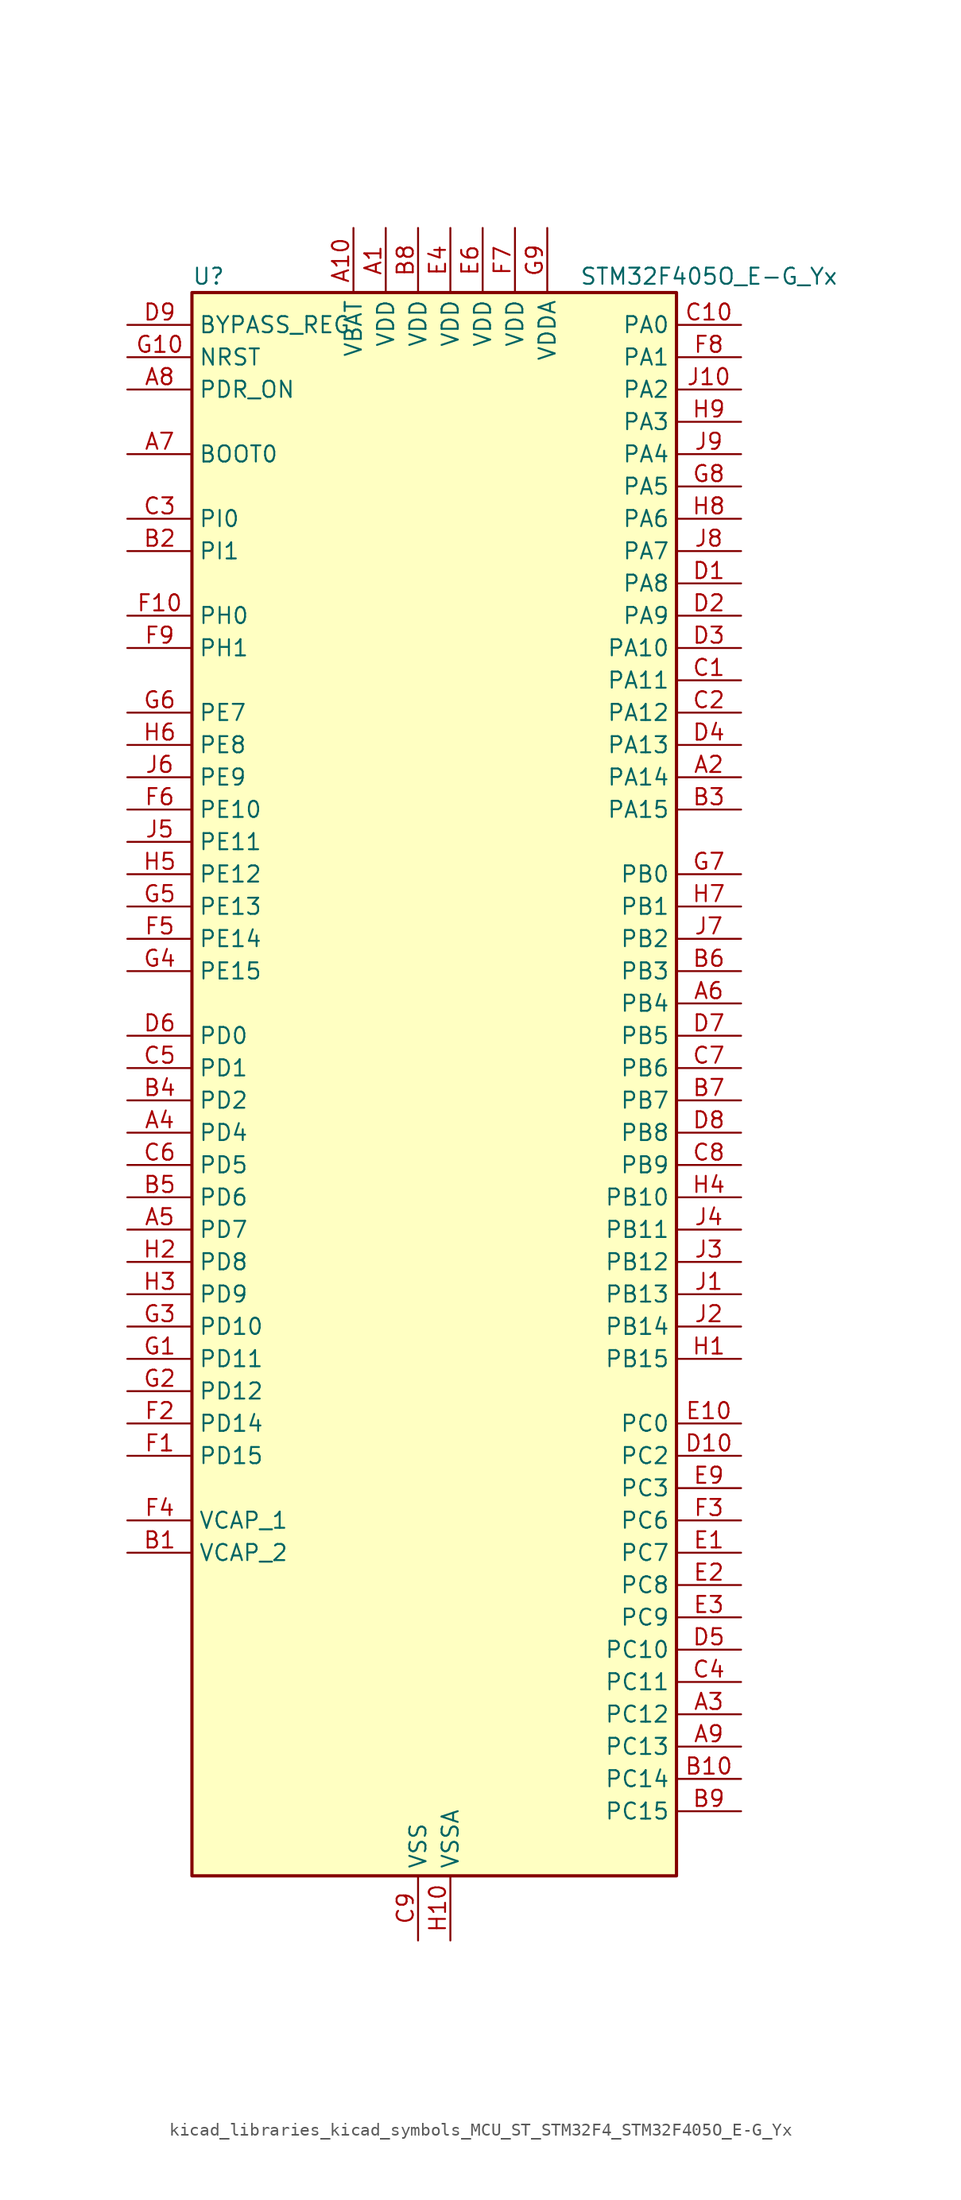
<source format=kicad_sym>
(kicad_symbol_lib
  (version 20220914)
  (generator kicad_symbol_editor)
  (symbol "kicad_libraries_kicad_symbols_MCU_ST_STM32F4_STM32F405O_E-G_Yx"
    (property "Reference" "U"
      (at -17.78 64.77 0)
      (effects (font (size 1.27 1.27)) (justify left)))
    (property "Value" "STM32F405O_E-G_Yx"
      (at 12.7 64.77 0)
      (effects (font (size 1.27 1.27)) (justify left)))
    (property "ki_locked" ""
      (at 0 0 0)
      (effects (font (size 1.27 1.27))))
    (symbol "kicad_libraries_kicad_symbols_MCU_ST_STM32F4_STM32F405O_E-G_Yx_0_1"
      (rectangle (start -17.78 -60.96) (end 20.32 63.5) (stroke (width 0.254) (type default)) (fill (type background))))
    (symbol "kicad_libraries_kicad_symbols_MCU_ST_STM32F4_STM32F405O_E-G_Yx_1_1"
      (pin power_in line (at -2.54 68.58 270) (length 5.08) (name "VDD" (effects (font (size 1.27 1.27)))) (number "A1" (effects (font (size 1.27 1.27)))))
      (pin power_in line (at -5.08 68.58 270) (length 5.08) (name "VBAT" (effects (font (size 1.27 1.27)))) (number "A10" (effects (font (size 1.27 1.27)))))
      (pin bidirectional line (at 25.4 25.4 180) (length 5.08) (name "PA14" (effects (font (size 1.27 1.27)))) (number "A2" (effects (font (size 1.27 1.27)))) (alternate "SYS_JTCK-SWCLK" bidirectional line))
      (pin bidirectional line (at 25.4 -48.26 180) (length 5.08) (name "PC12" (effects (font (size 1.27 1.27)))) (number "A3" (effects (font (size 1.27 1.27)))) (alternate "I2S3_SD" bidirectional line) (alternate "SDIO_CK" bidirectional line) (alternate "SPI3_MOSI" bidirectional line) (alternate "UART5_TX" bidirectional line) (alternate "USART3_CK" bidirectional line))
      (pin bidirectional line (at -22.86 -2.54 0) (length 5.08) (name "PD4" (effects (font (size 1.27 1.27)))) (number "A4" (effects (font (size 1.27 1.27)))) (alternate "FSMC_NOE" bidirectional line) (alternate "USART2_RTS" bidirectional line))
      (pin bidirectional line (at -22.86 -10.16 0) (length 5.08) (name "PD7" (effects (font (size 1.27 1.27)))) (number "A5" (effects (font (size 1.27 1.27)))) (alternate "FSMC_NCE2" bidirectional line) (alternate "FSMC_NE1" bidirectional line) (alternate "USART2_CK" bidirectional line))
      (pin bidirectional line (at 25.4 7.62 180) (length 5.08) (name "PB4" (effects (font (size 1.27 1.27)))) (number "A6" (effects (font (size 1.27 1.27)))) (alternate "I2S3_ext_SD" bidirectional line) (alternate "SPI1_MISO" bidirectional line) (alternate "SPI3_MISO" bidirectional line) (alternate "SYS_JTRST" bidirectional line) (alternate "TIM3_CH1" bidirectional line))
      (pin input line (at -22.86 50.8 0) (length 5.08) (name "BOOT0" (effects (font (size 1.27 1.27)))) (number "A7" (effects (font (size 1.27 1.27)))))
      (pin input line (at -22.86 55.88 0) (length 5.08) (name "PDR_ON" (effects (font (size 1.27 1.27)))) (number "A8" (effects (font (size 1.27 1.27)))))
      (pin bidirectional line (at 25.4 -50.8 180) (length 5.08) (name "PC13" (effects (font (size 1.27 1.27)))) (number "A9" (effects (font (size 1.27 1.27)))) (alternate "RTC_AF1" bidirectional line))
      (pin power_out line (at -22.86 -35.56 0) (length 5.08) (name "VCAP_2" (effects (font (size 1.27 1.27)))) (number "B1" (effects (font (size 1.27 1.27)))))
      (pin bidirectional line (at 25.4 -53.34 180) (length 5.08) (name "PC14" (effects (font (size 1.27 1.27)))) (number "B10" (effects (font (size 1.27 1.27)))) (alternate "RCC_OSC32_IN" bidirectional line))
      (pin bidirectional line (at -22.86 43.18 0) (length 5.08) (name "PI1" (effects (font (size 1.27 1.27)))) (number "B2" (effects (font (size 1.27 1.27)))) (alternate "I2S2_CK" bidirectional line) (alternate "SPI2_SCK" bidirectional line))
      (pin bidirectional line (at 25.4 22.86 180) (length 5.08) (name "PA15" (effects (font (size 1.27 1.27)))) (number "B3" (effects (font (size 1.27 1.27)))) (alternate "ADC1_EXTI15" bidirectional line) (alternate "ADC2_EXTI15" bidirectional line) (alternate "ADC3_EXTI15" bidirectional line) (alternate "I2S3_WS" bidirectional line) (alternate "SPI1_NSS" bidirectional line) (alternate "SPI3_NSS" bidirectional line) (alternate "SYS_JTDI" bidirectional line) (alternate "TIM2_CH1" bidirectional line) (alternate "TIM2_ETR" bidirectional line))
      (pin bidirectional line (at -22.86 0 0) (length 5.08) (name "PD2" (effects (font (size 1.27 1.27)))) (number "B4" (effects (font (size 1.27 1.27)))) (alternate "SDIO_CMD" bidirectional line) (alternate "TIM3_ETR" bidirectional line) (alternate "UART5_RX" bidirectional line))
      (pin bidirectional line (at -22.86 -7.62 0) (length 5.08) (name "PD6" (effects (font (size 1.27 1.27)))) (number "B5" (effects (font (size 1.27 1.27)))) (alternate "FSMC_NWAIT" bidirectional line) (alternate "USART2_RX" bidirectional line))
      (pin bidirectional line (at 25.4 10.16 180) (length 5.08) (name "PB3" (effects (font (size 1.27 1.27)))) (number "B6" (effects (font (size 1.27 1.27)))) (alternate "I2S3_CK" bidirectional line) (alternate "SPI1_SCK" bidirectional line) (alternate "SPI3_SCK" bidirectional line) (alternate "SYS_JTDO-SWO" bidirectional line) (alternate "TIM2_CH2" bidirectional line))
      (pin bidirectional line (at 25.4 0 180) (length 5.08) (name "PB7" (effects (font (size 1.27 1.27)))) (number "B7" (effects (font (size 1.27 1.27)))) (alternate "FSMC_NL" bidirectional line) (alternate "I2C1_SDA" bidirectional line) (alternate "TIM4_CH2" bidirectional line) (alternate "USART1_RX" bidirectional line))
      (pin power_in line (at 0 68.58 270) (length 5.08) (name "VDD" (effects (font (size 1.27 1.27)))) (number "B8" (effects (font (size 1.27 1.27)))))
      (pin bidirectional line (at 25.4 -55.88 180) (length 5.08) (name "PC15" (effects (font (size 1.27 1.27)))) (number "B9" (effects (font (size 1.27 1.27)))) (alternate "ADC1_EXTI15" bidirectional line) (alternate "ADC2_EXTI15" bidirectional line) (alternate "ADC3_EXTI15" bidirectional line) (alternate "RCC_OSC32_OUT" bidirectional line))
      (pin bidirectional line (at 25.4 33.02 180) (length 5.08) (name "PA11" (effects (font (size 1.27 1.27)))) (number "C1" (effects (font (size 1.27 1.27)))) (alternate "ADC1_EXTI11" bidirectional line) (alternate "ADC2_EXTI11" bidirectional line) (alternate "ADC3_EXTI11" bidirectional line) (alternate "CAN1_RX" bidirectional line) (alternate "TIM1_CH4" bidirectional line) (alternate "USART1_CTS" bidirectional line) (alternate "USB_OTG_FS_DM" bidirectional line))
      (pin bidirectional line (at 25.4 60.96 180) (length 5.08) (name "PA0" (effects (font (size 1.27 1.27)))) (number "C10" (effects (font (size 1.27 1.27)))) (alternate "ADC1_IN0" bidirectional line) (alternate "ADC2_IN0" bidirectional line) (alternate "ADC3_IN0" bidirectional line) (alternate "SYS_WKUP" bidirectional line) (alternate "TIM2_CH1" bidirectional line) (alternate "TIM2_ETR" bidirectional line) (alternate "TIM5_CH1" bidirectional line) (alternate "TIM8_ETR" bidirectional line) (alternate "UART4_TX" bidirectional line) (alternate "USART2_CTS" bidirectional line))
      (pin bidirectional line (at 25.4 30.48 180) (length 5.08) (name "PA12" (effects (font (size 1.27 1.27)))) (number "C2" (effects (font (size 1.27 1.27)))) (alternate "CAN1_TX" bidirectional line) (alternate "TIM1_ETR" bidirectional line) (alternate "USART1_RTS" bidirectional line) (alternate "USB_OTG_FS_DP" bidirectional line))
      (pin bidirectional line (at -22.86 45.72 0) (length 5.08) (name "PI0" (effects (font (size 1.27 1.27)))) (number "C3" (effects (font (size 1.27 1.27)))) (alternate "I2S2_WS" bidirectional line) (alternate "SPI2_NSS" bidirectional line) (alternate "TIM5_CH4" bidirectional line))
      (pin bidirectional line (at 25.4 -45.72 180) (length 5.08) (name "PC11" (effects (font (size 1.27 1.27)))) (number "C4" (effects (font (size 1.27 1.27)))) (alternate "ADC1_EXTI11" bidirectional line) (alternate "ADC2_EXTI11" bidirectional line) (alternate "ADC3_EXTI11" bidirectional line) (alternate "I2S3_ext_SD" bidirectional line) (alternate "SDIO_D3" bidirectional line) (alternate "SPI3_MISO" bidirectional line) (alternate "UART4_RX" bidirectional line) (alternate "USART3_RX" bidirectional line))
      (pin bidirectional line (at -22.86 2.54 0) (length 5.08) (name "PD1" (effects (font (size 1.27 1.27)))) (number "C5" (effects (font (size 1.27 1.27)))) (alternate "CAN1_TX" bidirectional line) (alternate "FSMC_D3" bidirectional line) (alternate "FSMC_DA3" bidirectional line))
      (pin bidirectional line (at -22.86 -5.08 0) (length 5.08) (name "PD5" (effects (font (size 1.27 1.27)))) (number "C6" (effects (font (size 1.27 1.27)))) (alternate "FSMC_NWE" bidirectional line) (alternate "USART2_TX" bidirectional line))
      (pin bidirectional line (at 25.4 2.54 180) (length 5.08) (name "PB6" (effects (font (size 1.27 1.27)))) (number "C7" (effects (font (size 1.27 1.27)))) (alternate "CAN2_TX" bidirectional line) (alternate "I2C1_SCL" bidirectional line) (alternate "TIM4_CH1" bidirectional line) (alternate "USART1_TX" bidirectional line))
      (pin bidirectional line (at 25.4 -5.08 180) (length 5.08) (name "PB9" (effects (font (size 1.27 1.27)))) (number "C8" (effects (font (size 1.27 1.27)))) (alternate "CAN1_TX" bidirectional line) (alternate "DAC_EXTI9" bidirectional line) (alternate "I2C1_SDA" bidirectional line) (alternate "I2S2_WS" bidirectional line) (alternate "SDIO_D5" bidirectional line) (alternate "SPI2_NSS" bidirectional line) (alternate "TIM11_CH1" bidirectional line) (alternate "TIM4_CH4" bidirectional line))
      (pin power_in line (at 0 -66.04 90) (length 5.08) (name "VSS" (effects (font (size 1.27 1.27)))) (number "C9" (effects (font (size 1.27 1.27)))))
      (pin bidirectional line (at 25.4 40.64 180) (length 5.08) (name "PA8" (effects (font (size 1.27 1.27)))) (number "D1" (effects (font (size 1.27 1.27)))) (alternate "I2C3_SCL" bidirectional line) (alternate "RCC_MCO_1" bidirectional line) (alternate "TIM1_CH1" bidirectional line) (alternate "USART1_CK" bidirectional line) (alternate "USB_OTG_FS_SOF" bidirectional line))
      (pin bidirectional line (at 25.4 -27.94 180) (length 5.08) (name "PC2" (effects (font (size 1.27 1.27)))) (number "D10" (effects (font (size 1.27 1.27)))) (alternate "ADC1_IN12" bidirectional line) (alternate "ADC2_IN12" bidirectional line) (alternate "ADC3_IN12" bidirectional line) (alternate "I2S2_ext_SD" bidirectional line) (alternate "SPI2_MISO" bidirectional line) (alternate "USB_OTG_HS_ULPI_DIR" bidirectional line))
      (pin bidirectional line (at 25.4 38.1 180) (length 5.08) (name "PA9" (effects (font (size 1.27 1.27)))) (number "D2" (effects (font (size 1.27 1.27)))) (alternate "DAC_EXTI9" bidirectional line) (alternate "I2C3_SMBA" bidirectional line) (alternate "TIM1_CH2" bidirectional line) (alternate "USART1_TX" bidirectional line) (alternate "USB_OTG_FS_VBUS" bidirectional line))
      (pin bidirectional line (at 25.4 35.56 180) (length 5.08) (name "PA10" (effects (font (size 1.27 1.27)))) (number "D3" (effects (font (size 1.27 1.27)))) (alternate "TIM1_CH3" bidirectional line) (alternate "USART1_RX" bidirectional line) (alternate "USB_OTG_FS_ID" bidirectional line))
      (pin bidirectional line (at 25.4 27.94 180) (length 5.08) (name "PA13" (effects (font (size 1.27 1.27)))) (number "D4" (effects (font (size 1.27 1.27)))) (alternate "SYS_JTMS-SWDIO" bidirectional line))
      (pin bidirectional line (at 25.4 -43.18 180) (length 5.08) (name "PC10" (effects (font (size 1.27 1.27)))) (number "D5" (effects (font (size 1.27 1.27)))) (alternate "I2S3_CK" bidirectional line) (alternate "SDIO_D2" bidirectional line) (alternate "SPI3_SCK" bidirectional line) (alternate "UART4_TX" bidirectional line) (alternate "USART3_TX" bidirectional line))
      (pin bidirectional line (at -22.86 5.08 0) (length 5.08) (name "PD0" (effects (font (size 1.27 1.27)))) (number "D6" (effects (font (size 1.27 1.27)))) (alternate "CAN1_RX" bidirectional line) (alternate "FSMC_D2" bidirectional line) (alternate "FSMC_DA2" bidirectional line))
      (pin bidirectional line (at 25.4 5.08 180) (length 5.08) (name "PB5" (effects (font (size 1.27 1.27)))) (number "D7" (effects (font (size 1.27 1.27)))) (alternate "CAN2_RX" bidirectional line) (alternate "I2C1_SMBA" bidirectional line) (alternate "I2S3_SD" bidirectional line) (alternate "SPI1_MOSI" bidirectional line) (alternate "SPI3_MOSI" bidirectional line) (alternate "TIM3_CH2" bidirectional line) (alternate "USB_OTG_HS_ULPI_D7" bidirectional line))
      (pin bidirectional line (at 25.4 -2.54 180) (length 5.08) (name "PB8" (effects (font (size 1.27 1.27)))) (number "D8" (effects (font (size 1.27 1.27)))) (alternate "CAN1_RX" bidirectional line) (alternate "I2C1_SCL" bidirectional line) (alternate "SDIO_D4" bidirectional line) (alternate "TIM10_CH1" bidirectional line) (alternate "TIM4_CH3" bidirectional line))
      (pin input line (at -22.86 60.96 0) (length 5.08) (name "BYPASS_REG" (effects (font (size 1.27 1.27)))) (number "D9" (effects (font (size 1.27 1.27)))))
      (pin bidirectional line (at 25.4 -35.56 180) (length 5.08) (name "PC7" (effects (font (size 1.27 1.27)))) (number "E1" (effects (font (size 1.27 1.27)))) (alternate "I2S3_MCK" bidirectional line) (alternate "SDIO_D7" bidirectional line) (alternate "TIM3_CH2" bidirectional line) (alternate "TIM8_CH2" bidirectional line) (alternate "USART6_RX" bidirectional line))
      (pin bidirectional line (at 25.4 -25.4 180) (length 5.08) (name "PC0" (effects (font (size 1.27 1.27)))) (number "E10" (effects (font (size 1.27 1.27)))) (alternate "ADC1_IN10" bidirectional line) (alternate "ADC2_IN10" bidirectional line) (alternate "ADC3_IN10" bidirectional line) (alternate "USB_OTG_HS_ULPI_STP" bidirectional line))
      (pin bidirectional line (at 25.4 -38.1 180) (length 5.08) (name "PC8" (effects (font (size 1.27 1.27)))) (number "E2" (effects (font (size 1.27 1.27)))) (alternate "SDIO_D0" bidirectional line) (alternate "TIM3_CH3" bidirectional line) (alternate "TIM8_CH3" bidirectional line) (alternate "USART6_CK" bidirectional line))
      (pin bidirectional line (at 25.4 -40.64 180) (length 5.08) (name "PC9" (effects (font (size 1.27 1.27)))) (number "E3" (effects (font (size 1.27 1.27)))) (alternate "DAC_EXTI9" bidirectional line) (alternate "I2C3_SDA" bidirectional line) (alternate "I2S_CKIN" bidirectional line) (alternate "RCC_MCO_2" bidirectional line) (alternate "SDIO_D1" bidirectional line) (alternate "TIM3_CH4" bidirectional line) (alternate "TIM8_CH4" bidirectional line))
      (pin power_in line (at 2.54 68.58 270) (length 5.08) (name "VDD" (effects (font (size 1.27 1.27)))) (number "E4" (effects (font (size 1.27 1.27)))))
      (pin passive line (at 0 -66.04 90) (length 5.08) hide (name "VSS" (effects (font (size 1.27 1.27)))) (number "E5" (effects (font (size 1.27 1.27)))))
      (pin power_in line (at 5.08 68.58 270) (length 5.08) (name "VDD" (effects (font (size 1.27 1.27)))) (number "E6" (effects (font (size 1.27 1.27)))))
      (pin passive line (at 0 -66.04 90) (length 5.08) hide (name "VSS" (effects (font (size 1.27 1.27)))) (number "E7" (effects (font (size 1.27 1.27)))))
      (pin passive line (at 0 -66.04 90) (length 5.08) hide (name "VSS" (effects (font (size 1.27 1.27)))) (number "E8" (effects (font (size 1.27 1.27)))))
      (pin bidirectional line (at 25.4 -30.48 180) (length 5.08) (name "PC3" (effects (font (size 1.27 1.27)))) (number "E9" (effects (font (size 1.27 1.27)))) (alternate "ADC1_IN13" bidirectional line) (alternate "ADC2_IN13" bidirectional line) (alternate "ADC3_IN13" bidirectional line) (alternate "I2S2_SD" bidirectional line) (alternate "SPI2_MOSI" bidirectional line) (alternate "USB_OTG_HS_ULPI_NXT" bidirectional line))
      (pin bidirectional line (at -22.86 -27.94 0) (length 5.08) (name "PD15" (effects (font (size 1.27 1.27)))) (number "F1" (effects (font (size 1.27 1.27)))) (alternate "ADC1_EXTI15" bidirectional line) (alternate "ADC2_EXTI15" bidirectional line) (alternate "ADC3_EXTI15" bidirectional line) (alternate "FSMC_D1" bidirectional line) (alternate "FSMC_DA1" bidirectional line) (alternate "TIM4_CH4" bidirectional line))
      (pin bidirectional line (at -22.86 38.1 0) (length 5.08) (name "PH0" (effects (font (size 1.27 1.27)))) (number "F10" (effects (font (size 1.27 1.27)))) (alternate "RCC_OSC_IN" bidirectional line))
      (pin bidirectional line (at -22.86 -25.4 0) (length 5.08) (name "PD14" (effects (font (size 1.27 1.27)))) (number "F2" (effects (font (size 1.27 1.27)))) (alternate "FSMC_D0" bidirectional line) (alternate "FSMC_DA0" bidirectional line) (alternate "TIM4_CH3" bidirectional line))
      (pin bidirectional line (at 25.4 -33.02 180) (length 5.08) (name "PC6" (effects (font (size 1.27 1.27)))) (number "F3" (effects (font (size 1.27 1.27)))) (alternate "I2S2_MCK" bidirectional line) (alternate "SDIO_D6" bidirectional line) (alternate "TIM3_CH1" bidirectional line) (alternate "TIM8_CH1" bidirectional line) (alternate "USART6_TX" bidirectional line))
      (pin power_out line (at -22.86 -33.02 0) (length 5.08) (name "VCAP_1" (effects (font (size 1.27 1.27)))) (number "F4" (effects (font (size 1.27 1.27)))))
      (pin bidirectional line (at -22.86 12.7 0) (length 5.08) (name "PE14" (effects (font (size 1.27 1.27)))) (number "F5" (effects (font (size 1.27 1.27)))) (alternate "FSMC_D11" bidirectional line) (alternate "FSMC_DA11" bidirectional line) (alternate "TIM1_CH4" bidirectional line))
      (pin bidirectional line (at -22.86 22.86 0) (length 5.08) (name "PE10" (effects (font (size 1.27 1.27)))) (number "F6" (effects (font (size 1.27 1.27)))) (alternate "FSMC_D7" bidirectional line) (alternate "FSMC_DA7" bidirectional line) (alternate "TIM1_CH2N" bidirectional line))
      (pin power_in line (at 7.62 68.58 270) (length 5.08) (name "VDD" (effects (font (size 1.27 1.27)))) (number "F7" (effects (font (size 1.27 1.27)))))
      (pin bidirectional line (at 25.4 58.42 180) (length 5.08) (name "PA1" (effects (font (size 1.27 1.27)))) (number "F8" (effects (font (size 1.27 1.27)))) (alternate "ADC1_IN1" bidirectional line) (alternate "ADC2_IN1" bidirectional line) (alternate "ADC3_IN1" bidirectional line) (alternate "TIM2_CH2" bidirectional line) (alternate "TIM5_CH2" bidirectional line) (alternate "UART4_RX" bidirectional line) (alternate "USART2_RTS" bidirectional line))
      (pin bidirectional line (at -22.86 35.56 0) (length 5.08) (name "PH1" (effects (font (size 1.27 1.27)))) (number "F9" (effects (font (size 1.27 1.27)))) (alternate "RCC_OSC_OUT" bidirectional line))
      (pin bidirectional line (at -22.86 -20.32 0) (length 5.08) (name "PD11" (effects (font (size 1.27 1.27)))) (number "G1" (effects (font (size 1.27 1.27)))) (alternate "ADC1_EXTI11" bidirectional line) (alternate "ADC2_EXTI11" bidirectional line) (alternate "ADC3_EXTI11" bidirectional line) (alternate "FSMC_A16" bidirectional line) (alternate "FSMC_CLE" bidirectional line) (alternate "USART3_CTS" bidirectional line))
      (pin input line (at -22.86 58.42 0) (length 5.08) (name "NRST" (effects (font (size 1.27 1.27)))) (number "G10" (effects (font (size 1.27 1.27)))))
      (pin bidirectional line (at -22.86 -22.86 0) (length 5.08) (name "PD12" (effects (font (size 1.27 1.27)))) (number "G2" (effects (font (size 1.27 1.27)))) (alternate "FSMC_A17" bidirectional line) (alternate "FSMC_ALE" bidirectional line) (alternate "TIM4_CH1" bidirectional line) (alternate "USART3_RTS" bidirectional line))
      (pin bidirectional line (at -22.86 -17.78 0) (length 5.08) (name "PD10" (effects (font (size 1.27 1.27)))) (number "G3" (effects (font (size 1.27 1.27)))) (alternate "FSMC_D15" bidirectional line) (alternate "FSMC_DA15" bidirectional line) (alternate "USART3_CK" bidirectional line))
      (pin bidirectional line (at -22.86 10.16 0) (length 5.08) (name "PE15" (effects (font (size 1.27 1.27)))) (number "G4" (effects (font (size 1.27 1.27)))) (alternate "ADC1_EXTI15" bidirectional line) (alternate "ADC2_EXTI15" bidirectional line) (alternate "ADC3_EXTI15" bidirectional line) (alternate "FSMC_D12" bidirectional line) (alternate "FSMC_DA12" bidirectional line) (alternate "TIM1_BKIN" bidirectional line))
      (pin bidirectional line (at -22.86 15.24 0) (length 5.08) (name "PE13" (effects (font (size 1.27 1.27)))) (number "G5" (effects (font (size 1.27 1.27)))) (alternate "FSMC_D10" bidirectional line) (alternate "FSMC_DA10" bidirectional line) (alternate "TIM1_CH3" bidirectional line))
      (pin bidirectional line (at -22.86 30.48 0) (length 5.08) (name "PE7" (effects (font (size 1.27 1.27)))) (number "G6" (effects (font (size 1.27 1.27)))) (alternate "FSMC_D4" bidirectional line) (alternate "FSMC_DA4" bidirectional line) (alternate "TIM1_ETR" bidirectional line))
      (pin bidirectional line (at 25.4 17.78 180) (length 5.08) (name "PB0" (effects (font (size 1.27 1.27)))) (number "G7" (effects (font (size 1.27 1.27)))) (alternate "ADC1_IN8" bidirectional line) (alternate "ADC2_IN8" bidirectional line) (alternate "TIM1_CH2N" bidirectional line) (alternate "TIM3_CH3" bidirectional line) (alternate "TIM8_CH2N" bidirectional line) (alternate "USB_OTG_HS_ULPI_D1" bidirectional line))
      (pin bidirectional line (at 25.4 48.26 180) (length 5.08) (name "PA5" (effects (font (size 1.27 1.27)))) (number "G8" (effects (font (size 1.27 1.27)))) (alternate "ADC1_IN5" bidirectional line) (alternate "ADC2_IN5" bidirectional line) (alternate "DAC_OUT2" bidirectional line) (alternate "SPI1_SCK" bidirectional line) (alternate "TIM2_CH1" bidirectional line) (alternate "TIM2_ETR" bidirectional line) (alternate "TIM8_CH1N" bidirectional line) (alternate "USB_OTG_HS_ULPI_CK" bidirectional line))
      (pin power_in line (at 10.16 68.58 270) (length 5.08) (name "VDDA" (effects (font (size 1.27 1.27)))) (number "G9" (effects (font (size 1.27 1.27)))))
      (pin bidirectional line (at 25.4 -20.32 180) (length 5.08) (name "PB15" (effects (font (size 1.27 1.27)))) (number "H1" (effects (font (size 1.27 1.27)))) (alternate "ADC1_EXTI15" bidirectional line) (alternate "ADC2_EXTI15" bidirectional line) (alternate "ADC3_EXTI15" bidirectional line) (alternate "I2S2_SD" bidirectional line) (alternate "RTC_REFIN" bidirectional line) (alternate "SPI2_MOSI" bidirectional line) (alternate "TIM12_CH2" bidirectional line) (alternate "TIM1_CH3N" bidirectional line) (alternate "TIM8_CH3N" bidirectional line) (alternate "USB_OTG_HS_DP" bidirectional line))
      (pin power_in line (at 2.54 -66.04 90) (length 5.08) (name "VSSA" (effects (font (size 1.27 1.27)))) (number "H10" (effects (font (size 1.27 1.27)))))
      (pin bidirectional line (at -22.86 -12.7 0) (length 5.08) (name "PD8" (effects (font (size 1.27 1.27)))) (number "H2" (effects (font (size 1.27 1.27)))) (alternate "FSMC_D13" bidirectional line) (alternate "FSMC_DA13" bidirectional line) (alternate "USART3_TX" bidirectional line))
      (pin bidirectional line (at -22.86 -15.24 0) (length 5.08) (name "PD9" (effects (font (size 1.27 1.27)))) (number "H3" (effects (font (size 1.27 1.27)))) (alternate "DAC_EXTI9" bidirectional line) (alternate "FSMC_D14" bidirectional line) (alternate "FSMC_DA14" bidirectional line) (alternate "USART3_RX" bidirectional line))
      (pin bidirectional line (at 25.4 -7.62 180) (length 5.08) (name "PB10" (effects (font (size 1.27 1.27)))) (number "H4" (effects (font (size 1.27 1.27)))) (alternate "I2C2_SCL" bidirectional line) (alternate "I2S2_CK" bidirectional line) (alternate "SPI2_SCK" bidirectional line) (alternate "TIM2_CH3" bidirectional line) (alternate "USART3_TX" bidirectional line) (alternate "USB_OTG_HS_ULPI_D3" bidirectional line))
      (pin bidirectional line (at -22.86 17.78 0) (length 5.08) (name "PE12" (effects (font (size 1.27 1.27)))) (number "H5" (effects (font (size 1.27 1.27)))) (alternate "FSMC_D9" bidirectional line) (alternate "FSMC_DA9" bidirectional line) (alternate "TIM1_CH3N" bidirectional line))
      (pin bidirectional line (at -22.86 27.94 0) (length 5.08) (name "PE8" (effects (font (size 1.27 1.27)))) (number "H6" (effects (font (size 1.27 1.27)))) (alternate "FSMC_D5" bidirectional line) (alternate "FSMC_DA5" bidirectional line) (alternate "TIM1_CH1N" bidirectional line))
      (pin bidirectional line (at 25.4 15.24 180) (length 5.08) (name "PB1" (effects (font (size 1.27 1.27)))) (number "H7" (effects (font (size 1.27 1.27)))) (alternate "ADC1_IN9" bidirectional line) (alternate "ADC2_IN9" bidirectional line) (alternate "TIM1_CH3N" bidirectional line) (alternate "TIM3_CH4" bidirectional line) (alternate "TIM8_CH3N" bidirectional line) (alternate "USB_OTG_HS_ULPI_D2" bidirectional line))
      (pin bidirectional line (at 25.4 45.72 180) (length 5.08) (name "PA6" (effects (font (size 1.27 1.27)))) (number "H8" (effects (font (size 1.27 1.27)))) (alternate "ADC1_IN6" bidirectional line) (alternate "ADC2_IN6" bidirectional line) (alternate "SPI1_MISO" bidirectional line) (alternate "TIM13_CH1" bidirectional line) (alternate "TIM1_BKIN" bidirectional line) (alternate "TIM3_CH1" bidirectional line) (alternate "TIM8_BKIN" bidirectional line))
      (pin bidirectional line (at 25.4 53.34 180) (length 5.08) (name "PA3" (effects (font (size 1.27 1.27)))) (number "H9" (effects (font (size 1.27 1.27)))) (alternate "ADC1_IN3" bidirectional line) (alternate "ADC2_IN3" bidirectional line) (alternate "ADC3_IN3" bidirectional line) (alternate "TIM2_CH4" bidirectional line) (alternate "TIM5_CH4" bidirectional line) (alternate "TIM9_CH2" bidirectional line) (alternate "USART2_RX" bidirectional line) (alternate "USB_OTG_HS_ULPI_D0" bidirectional line))
      (pin bidirectional line (at 25.4 -15.24 180) (length 5.08) (name "PB13" (effects (font (size 1.27 1.27)))) (number "J1" (effects (font (size 1.27 1.27)))) (alternate "CAN2_TX" bidirectional line) (alternate "I2S2_CK" bidirectional line) (alternate "SPI2_SCK" bidirectional line) (alternate "TIM1_CH1N" bidirectional line) (alternate "USART3_CTS" bidirectional line) (alternate "USB_OTG_HS_ULPI_D6" bidirectional line) (alternate "USB_OTG_HS_VBUS" bidirectional line))
      (pin bidirectional line (at 25.4 55.88 180) (length 5.08) (name "PA2" (effects (font (size 1.27 1.27)))) (number "J10" (effects (font (size 1.27 1.27)))) (alternate "ADC1_IN2" bidirectional line) (alternate "ADC2_IN2" bidirectional line) (alternate "ADC3_IN2" bidirectional line) (alternate "TIM2_CH3" bidirectional line) (alternate "TIM5_CH3" bidirectional line) (alternate "TIM9_CH1" bidirectional line) (alternate "USART2_TX" bidirectional line))
      (pin bidirectional line (at 25.4 -17.78 180) (length 5.08) (name "PB14" (effects (font (size 1.27 1.27)))) (number "J2" (effects (font (size 1.27 1.27)))) (alternate "I2S2_ext_SD" bidirectional line) (alternate "SPI2_MISO" bidirectional line) (alternate "TIM12_CH1" bidirectional line) (alternate "TIM1_CH2N" bidirectional line) (alternate "TIM8_CH2N" bidirectional line) (alternate "USART3_RTS" bidirectional line) (alternate "USB_OTG_HS_DM" bidirectional line))
      (pin bidirectional line (at 25.4 -12.7 180) (length 5.08) (name "PB12" (effects (font (size 1.27 1.27)))) (number "J3" (effects (font (size 1.27 1.27)))) (alternate "CAN2_RX" bidirectional line) (alternate "I2C2_SMBA" bidirectional line) (alternate "I2S2_WS" bidirectional line) (alternate "SPI2_NSS" bidirectional line) (alternate "TIM1_BKIN" bidirectional line) (alternate "USART3_CK" bidirectional line) (alternate "USB_OTG_HS_ID" bidirectional line) (alternate "USB_OTG_HS_ULPI_D5" bidirectional line))
      (pin bidirectional line (at 25.4 -10.16 180) (length 5.08) (name "PB11" (effects (font (size 1.27 1.27)))) (number "J4" (effects (font (size 1.27 1.27)))) (alternate "ADC1_EXTI11" bidirectional line) (alternate "ADC2_EXTI11" bidirectional line) (alternate "ADC3_EXTI11" bidirectional line) (alternate "I2C2_SDA" bidirectional line) (alternate "TIM2_CH4" bidirectional line) (alternate "USART3_RX" bidirectional line) (alternate "USB_OTG_HS_ULPI_D4" bidirectional line))
      (pin bidirectional line (at -22.86 20.32 0) (length 5.08) (name "PE11" (effects (font (size 1.27 1.27)))) (number "J5" (effects (font (size 1.27 1.27)))) (alternate "ADC1_EXTI11" bidirectional line) (alternate "ADC2_EXTI11" bidirectional line) (alternate "ADC3_EXTI11" bidirectional line) (alternate "FSMC_D8" bidirectional line) (alternate "FSMC_DA8" bidirectional line) (alternate "TIM1_CH2" bidirectional line))
      (pin bidirectional line (at -22.86 25.4 0) (length 5.08) (name "PE9" (effects (font (size 1.27 1.27)))) (number "J6" (effects (font (size 1.27 1.27)))) (alternate "DAC_EXTI9" bidirectional line) (alternate "FSMC_D6" bidirectional line) (alternate "FSMC_DA6" bidirectional line) (alternate "TIM1_CH1" bidirectional line))
      (pin bidirectional line (at 25.4 12.7 180) (length 5.08) (name "PB2" (effects (font (size 1.27 1.27)))) (number "J7" (effects (font (size 1.27 1.27)))))
      (pin bidirectional line (at 25.4 43.18 180) (length 5.08) (name "PA7" (effects (font (size 1.27 1.27)))) (number "J8" (effects (font (size 1.27 1.27)))) (alternate "ADC1_IN7" bidirectional line) (alternate "ADC2_IN7" bidirectional line) (alternate "SPI1_MOSI" bidirectional line) (alternate "TIM14_CH1" bidirectional line) (alternate "TIM1_CH1N" bidirectional line) (alternate "TIM3_CH2" bidirectional line) (alternate "TIM8_CH1N" bidirectional line))
      (pin bidirectional line (at 25.4 50.8 180) (length 5.08) (name "PA4" (effects (font (size 1.27 1.27)))) (number "J9" (effects (font (size 1.27 1.27)))) (alternate "ADC1_IN4" bidirectional line) (alternate "ADC2_IN4" bidirectional line) (alternate "DAC_OUT1" bidirectional line) (alternate "I2S3_WS" bidirectional line) (alternate "SPI1_NSS" bidirectional line) (alternate "SPI3_NSS" bidirectional line) (alternate "USART2_CK" bidirectional line) (alternate "USB_OTG_HS_SOF" bidirectional line)))))
</source>
